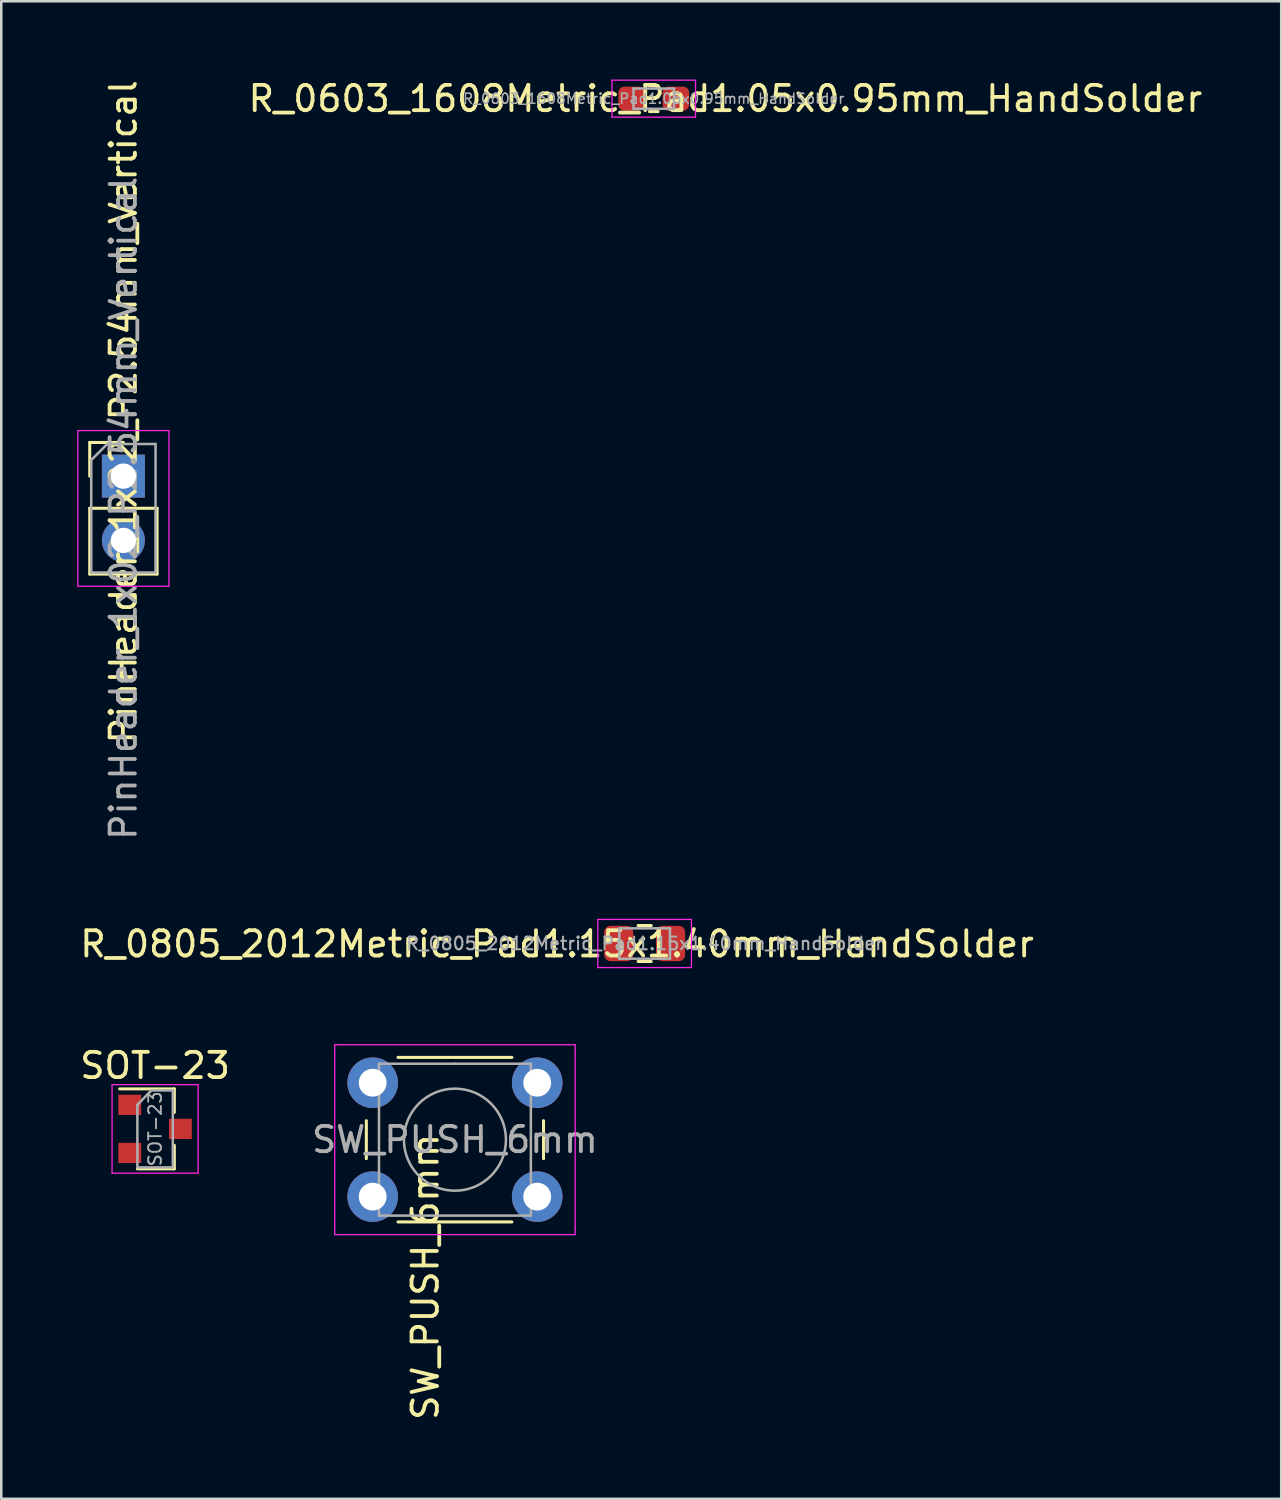
<source format=kicad_pcb>
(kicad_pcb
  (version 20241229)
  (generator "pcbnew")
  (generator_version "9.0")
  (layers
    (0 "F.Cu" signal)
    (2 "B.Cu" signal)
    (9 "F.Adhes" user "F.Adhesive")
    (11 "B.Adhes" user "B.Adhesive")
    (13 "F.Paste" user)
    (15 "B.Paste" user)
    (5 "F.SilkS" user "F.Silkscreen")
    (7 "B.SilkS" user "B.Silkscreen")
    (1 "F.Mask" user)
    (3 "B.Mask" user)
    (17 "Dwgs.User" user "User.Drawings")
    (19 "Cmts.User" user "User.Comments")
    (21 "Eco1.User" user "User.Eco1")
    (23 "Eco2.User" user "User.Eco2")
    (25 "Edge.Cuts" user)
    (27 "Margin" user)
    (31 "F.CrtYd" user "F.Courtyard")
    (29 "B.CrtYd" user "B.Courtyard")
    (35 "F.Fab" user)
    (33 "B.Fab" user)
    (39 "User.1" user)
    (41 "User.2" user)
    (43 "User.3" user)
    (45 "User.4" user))
  (footprint "SW_PUSH_6mm"
    (layer "F.Cu")
    (at 11.673 39.725)
    (property "Reference" "SW_PUSH_6mm" (at 2.08 7.67 270) (layer "F.SilkS") (effects (font (size 1 1) (thickness 0.15))))
    (attr through_hole)
    (fp_line (start -0.25 1.5) (end -0.25 3) (stroke (width 0.12) (type solid)) (layer "F.SilkS"))
    (fp_line (start 1 5.5) (end 5.5 5.5) (stroke (width 0.12) (type solid)) (layer "F.SilkS"))
    (fp_line (start 5.5 -1) (end 1 -1) (stroke (width 0.12) (type solid)) (layer "F.SilkS"))
    (fp_line (start 6.75 3) (end 6.75 1.5) (stroke (width 0.12) (type solid)) (layer "F.SilkS"))
    (fp_line (start -1.5 -1.5) (end -1.25 -1.5) (stroke (width 0.05) (type solid)) (layer "F.CrtYd"))
    (fp_line (start -1.5 -1.25) (end -1.5 -1.5) (stroke (width 0.05) (type solid)) (layer "F.CrtYd"))
    (fp_line (start -1.5 5.75) (end -1.5 -1.25) (stroke (width 0.05) (type solid)) (layer "F.CrtYd"))
    (fp_line (start -1.5 5.75) (end -1.5 6) (stroke (width 0.05) (type solid)) (layer "F.CrtYd"))
    (fp_line (start -1.5 6) (end -1.25 6) (stroke (width 0.05) (type solid)) (layer "F.CrtYd"))
    (fp_line (start -1.25 -1.5) (end 7.75 -1.5) (stroke (width 0.05) (type solid)) (layer "F.CrtYd"))
    (fp_line (start 7.75 -1.5) (end 8 -1.5) (stroke (width 0.05) (type solid)) (layer "F.CrtYd"))
    (fp_line (start 7.75 6) (end -1.25 6) (stroke (width 0.05) (type solid)) (layer "F.CrtYd"))
    (fp_line (start 7.75 6) (end 8 6) (stroke (width 0.05) (type solid)) (layer "F.CrtYd"))
    (fp_line (start 8 -1.5) (end 8 -1.25) (stroke (width 0.05) (type solid)) (layer "F.CrtYd"))
    (fp_line (start 8 -1.25) (end 8 5.75) (stroke (width 0.05) (type solid)) (layer "F.CrtYd"))
    (fp_line (start 8 6) (end 8 5.75) (stroke (width 0.05) (type solid)) (layer "F.CrtYd"))
    (fp_line (start 0.25 -0.75) (end 3.25 -0.75) (stroke (width 0.1) (type solid)) (layer "F.Fab"))
    (fp_line (start 0.25 5.25) (end 0.25 -0.75) (stroke (width 0.1) (type solid)) (layer "F.Fab"))
    (fp_line (start 3.25 -0.75) (end 6.25 -0.75) (stroke (width 0.1) (type solid)) (layer "F.Fab"))
    (fp_line (start 6.25 -0.75) (end 6.25 5.25) (stroke (width 0.1) (type solid)) (layer "F.Fab"))
    (fp_line (start 6.25 5.25) (end 0.25 5.25) (stroke (width 0.1) (type solid)) (layer "F.Fab"))
    (fp_circle (center 3.25 2.25) (end 1.25 2.5) (stroke (width 0.1) (type solid)) (fill no) (layer "F.Fab"))
    (fp_text user "${REFERENCE}" (at 3.25 2.25 0) (layer "F.Fab") (effects (font (size 1 1) (thickness 0.15))))
    (pad "1" thru_hole circle (at 0 0 90) (size 2 2) (drill 1.1) (layers "*.Cu" "*.Mask"))
    (pad "1" thru_hole circle (at 6.5 0 90) (size 2 2) (drill 1.1) (layers "*.Cu" "*.Mask"))
    (pad "2" thru_hole circle (at 0 4.5 90) (size 2 2) (drill 1.1) (layers "*.Cu" "*.Mask"))
    (pad "2" thru_hole circle (at 6.5 4.5 90) (size 2 2) (drill 1.1) (layers "*.Cu" "*.Mask")))
  (footprint "SOT-23"
    (layer "F.Cu")
    (at 3.077 41.549)
    (property "Reference" "SOT-23" (at 0 -2.5 0) (layer "F.SilkS") (effects (font (size 1 1) (thickness 0.15))))
    (attr smd)
    (fp_line (start 0.76 -1.58) (end -1.4 -1.58) (stroke (width 0.12) (type solid)) (layer "F.SilkS"))
    (fp_line (start 0.76 -1.58) (end 0.76 -0.65) (stroke (width 0.12) (type solid)) (layer "F.SilkS"))
    (fp_line (start 0.76 1.58) (end -0.7 1.58) (stroke (width 0.12) (type solid)) (layer "F.SilkS"))
    (fp_line (start 0.76 1.58) (end 0.76 0.65) (stroke (width 0.12) (type solid)) (layer "F.SilkS"))
    (fp_line (start -1.7 -1.75) (end 1.7 -1.75) (stroke (width 0.05) (type solid)) (layer "F.CrtYd"))
    (fp_line (start -1.7 1.75) (end -1.7 -1.75) (stroke (width 0.05) (type solid)) (layer "F.CrtYd"))
    (fp_line (start 1.7 -1.75) (end 1.7 1.75) (stroke (width 0.05) (type solid)) (layer "F.CrtYd"))
    (fp_line (start 1.7 1.75) (end -1.7 1.75) (stroke (width 0.05) (type solid)) (layer "F.CrtYd"))
    (fp_line (start -0.7 -0.95) (end -0.7 1.5) (stroke (width 0.1) (type solid)) (layer "F.Fab"))
    (fp_line (start -0.7 -0.95) (end -0.15 -1.52) (stroke (width 0.1) (type solid)) (layer "F.Fab"))
    (fp_line (start -0.7 1.52) (end 0.7 1.52) (stroke (width 0.1) (type solid)) (layer "F.Fab"))
    (fp_line (start -0.15 -1.52) (end 0.7 -1.52) (stroke (width 0.1) (type solid)) (layer "F.Fab"))
    (fp_line (start 0.7 -1.52) (end 0.7 1.52) (stroke (width 0.1) (type solid)) (layer "F.Fab"))
    (fp_text user "${REFERENCE}" (at 0 0 90) (layer "F.Fab") (effects (font (size 0.5 0.5) (thickness 0.075))))
    (pad "1" smd rect (at -1 -0.95) (size 0.9 0.8) (layers "F.Cu" "F.Mask" "F.Paste"))
    (pad "2" smd rect (at -1 0.95) (size 0.9 0.8) (layers "F.Cu" "F.Mask" "F.Paste"))
    (pad "3" smd rect (at 1 0) (size 0.9 0.8) (layers "F.Cu" "F.Mask" "F.Paste")))
  (footprint "PinHeader_1x02_P2.54mm_Vertical"
    (layer "F.Cu")
    (at 1.825 15.76)
    (property "Reference" "PinHeader_1x02_P2.54mm_Vertical" (at 0 -2.54 90) (layer "F.SilkS") (effects (font (size 1 1) (thickness 0.15))))
    (attr through_hole)
    (fp_line (start -1.33 -1.33) (end 0 -1.33) (stroke (width 0.12) (type solid)) (layer "F.SilkS"))
    (fp_line (start -1.33 0) (end -1.33 -1.33) (stroke (width 0.12) (type solid)) (layer "F.SilkS"))
    (fp_line (start -1.33 1.27) (end -1.33 3.87) (stroke (width 0.12) (type solid)) (layer "F.SilkS"))
    (fp_line (start -1.33 1.27) (end 1.33 1.27) (stroke (width 0.12) (type solid)) (layer "F.SilkS"))
    (fp_line (start -1.33 3.87) (end 1.33 3.87) (stroke (width 0.12) (type solid)) (layer "F.SilkS"))
    (fp_line (start 1.33 1.27) (end 1.33 3.87) (stroke (width 0.12) (type solid)) (layer "F.SilkS"))
    (fp_line (start -1.8 -1.8) (end -1.8 4.35) (stroke (width 0.05) (type solid)) (layer "F.CrtYd"))
    (fp_line (start -1.8 4.35) (end 1.8 4.35) (stroke (width 0.05) (type solid)) (layer "F.CrtYd"))
    (fp_line (start 1.8 -1.8) (end -1.8 -1.8) (stroke (width 0.05) (type solid)) (layer "F.CrtYd"))
    (fp_line (start 1.8 4.35) (end 1.8 -1.8) (stroke (width 0.05) (type solid)) (layer "F.CrtYd"))
    (fp_line (start -1.27 -0.635) (end -0.635 -1.27) (stroke (width 0.1) (type solid)) (layer "F.Fab"))
    (fp_line (start -1.27 3.81) (end -1.27 -0.635) (stroke (width 0.1) (type solid)) (layer "F.Fab"))
    (fp_line (start -0.635 -1.27) (end 1.27 -1.27) (stroke (width 0.1) (type solid)) (layer "F.Fab"))
    (fp_line (start 1.27 -1.27) (end 1.27 3.81) (stroke (width 0.1) (type solid)) (layer "F.Fab"))
    (fp_line (start 1.27 3.81) (end -1.27 3.81) (stroke (width 0.1) (type solid)) (layer "F.Fab"))
    (fp_text user "${REFERENCE}" (at 0 1.27 90) (layer "F.Fab") (effects (font (size 1 1) (thickness 0.15))))
    (pad "1" thru_hole rect (at 0 0) (size 1.7 1.7) (drill 1) (layers "*.Cu" "*.Mask"))
    (pad "2" thru_hole oval (at 0 2.54) (size 1.7 1.7) (drill 1) (layers "*.Cu" "*.Mask")))
  (footprint "R_0603_1608Metric_Pad1.05x0.95mm_HandSolder"
    (layer "F.Cu")
    (at 22.778 0.848)
    (property "Reference" "R_0603_1608Metric_Pad1.05x0.95mm_HandSolder" (at 2.83 0 0) (layer "F.SilkS") (effects (font (size 1 1) (thickness 0.15))))
    (attr smd)
    (fp_line (start -0.171 -0.51) (end 0.171 -0.51) (stroke (width 0.12) (type solid)) (layer "F.SilkS"))
    (fp_line (start -0.171 0.51) (end 0.171 0.51) (stroke (width 0.12) (type solid)) (layer "F.SilkS"))
    (fp_line (start -1.65 -0.73) (end 1.65 -0.73) (stroke (width 0.05) (type solid)) (layer "F.CrtYd"))
    (fp_line (start -1.65 0.73) (end -1.65 -0.73) (stroke (width 0.05) (type solid)) (layer "F.CrtYd"))
    (fp_line (start 1.65 -0.73) (end 1.65 0.73) (stroke (width 0.05) (type solid)) (layer "F.CrtYd"))
    (fp_line (start 1.65 0.73) (end -1.65 0.73) (stroke (width 0.05) (type solid)) (layer "F.CrtYd"))
    (fp_line (start -0.8 -0.4) (end 0.8 -0.4) (stroke (width 0.1) (type solid)) (layer "F.Fab"))
    (fp_line (start -0.8 0.4) (end -0.8 -0.4) (stroke (width 0.1) (type solid)) (layer "F.Fab"))
    (fp_line (start 0.8 -0.4) (end 0.8 0.4) (stroke (width 0.1) (type solid)) (layer "F.Fab"))
    (fp_line (start 0.8 0.4) (end -0.8 0.4) (stroke (width 0.1) (type solid)) (layer "F.Fab"))
    (fp_text user "${REFERENCE}" (at 0 0 0) (layer "F.Fab") (effects (font (size 0.4 0.4) (thickness 0.06))))
    (pad "1" smd roundrect (at -0.875 0) (size 1.05 0.95) (layers "F.Cu" "F.Mask" "F.Paste") (roundrect_rratio 0.25))
    (pad "2" smd roundrect (at 0.875 0) (size 1.05 0.95) (layers "F.Cu" "F.Mask" "F.Paste") (roundrect_rratio 0.25)))
  (footprint "R_0805_2012Metric_Pad1.15x1.40mm_HandSolder"
    (layer "F.Cu")
    (at 22.418 34.225)
    (property "Reference" "R_0805_2012Metric_Pad1.15x1.40mm_HandSolder" (at -3.46 0.02 0) (layer "F.SilkS") (effects (font (size 1 1) (thickness 0.15))))
    (attr smd)
    (fp_line (start -0.261 -0.71) (end 0.261 -0.71) (stroke (width 0.12) (type solid)) (layer "F.SilkS"))
    (fp_line (start -0.261 0.71) (end 0.261 0.71) (stroke (width 0.12) (type solid)) (layer "F.SilkS"))
    (fp_line (start -1.85 -0.95) (end 1.85 -0.95) (stroke (width 0.05) (type solid)) (layer "F.CrtYd"))
    (fp_line (start -1.85 0.95) (end -1.85 -0.95) (stroke (width 0.05) (type solid)) (layer "F.CrtYd"))
    (fp_line (start 1.85 -0.95) (end 1.85 0.95) (stroke (width 0.05) (type solid)) (layer "F.CrtYd"))
    (fp_line (start 1.85 0.95) (end -1.85 0.95) (stroke (width 0.05) (type solid)) (layer "F.CrtYd"))
    (fp_line (start -1 -0.6) (end 1 -0.6) (stroke (width 0.1) (type solid)) (layer "F.Fab"))
    (fp_line (start -1 0.6) (end -1 -0.6) (stroke (width 0.1) (type solid)) (layer "F.Fab"))
    (fp_line (start 1 -0.6) (end 1 0.6) (stroke (width 0.1) (type solid)) (layer "F.Fab"))
    (fp_line (start 1 0.6) (end -1 0.6) (stroke (width 0.1) (type solid)) (layer "F.Fab"))
    (fp_text user "${REFERENCE}" (at 0 0 0) (layer "F.Fab") (effects (font (size 0.5 0.5) (thickness 0.08))))
    (pad "1" smd roundrect (at -1.025 0) (size 1.15 1.4) (layers "F.Cu" "F.Mask" "F.Paste") (roundrect_rratio 0.217))
    (pad "2" smd roundrect (at 1.025 0) (size 1.15 1.4) (layers "F.Cu" "F.Mask" "F.Paste") (roundrect_rratio 0.217)))
  (gr_rect
    (start -3 -3)
    (end 47.567 56.163)
    (stroke (width 0.1) (type default))
    (fill no)
    (layer "Edge.Cuts")))
</source>
